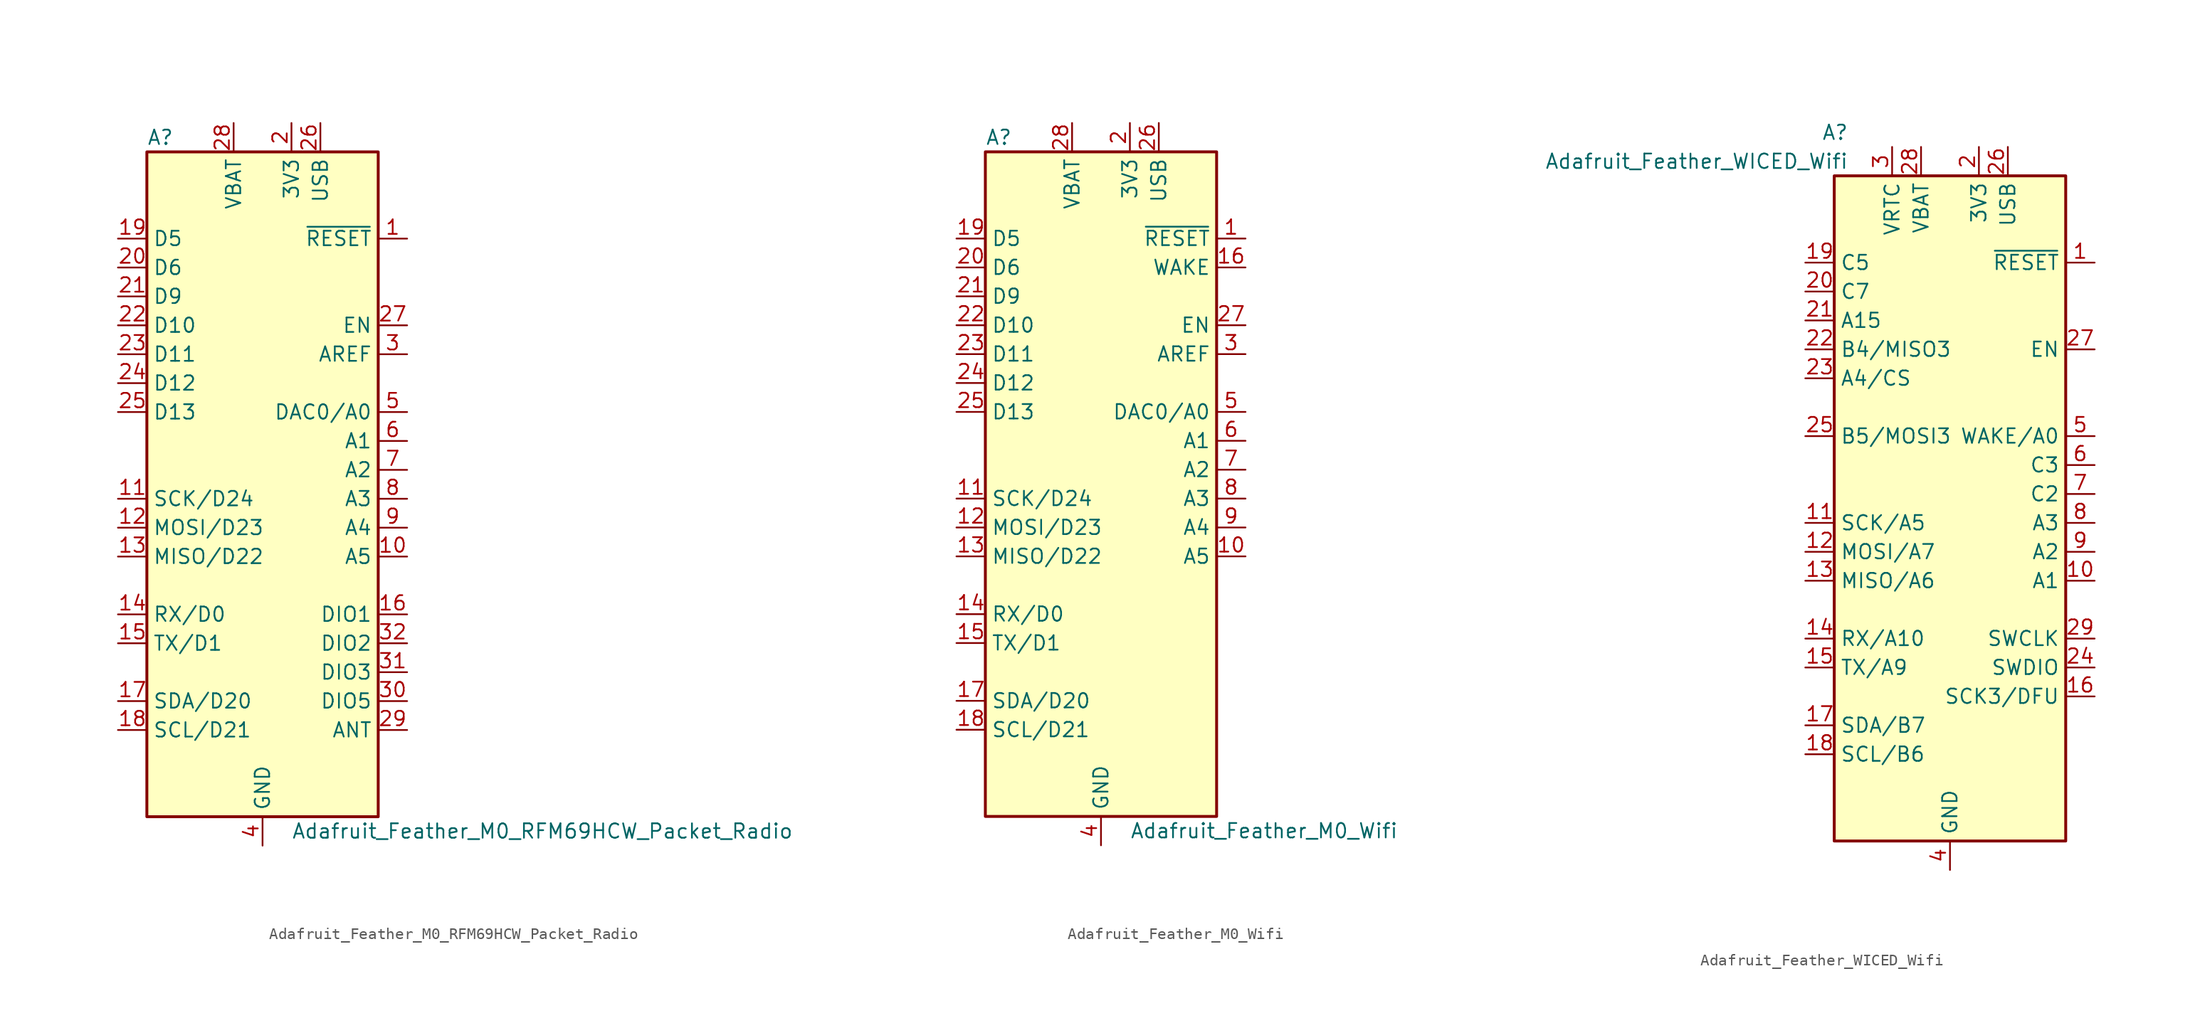
<source format=kicad_sym>
(kicad_symbol_lib
  (version 20201005)
  (generator kicad_symbol_editor)
  (symbol "MCU_Module:Adafruit_Feather_M0_RFM69HCW_Packet_Radio"
    (property "Reference" "A"
      (at -10.16 29.21 0)
      (effects (font (size 1.27 1.27)) (justify left)))
    (property "Value" "Adafruit_Feather_M0_RFM69HCW_Packet_Radio"
      (at 2.54 -31.75 0)
      (effects (font (size 1.27 1.27)) (justify left)))
    (symbol "Adafruit_Feather_M0_RFM69HCW_Packet_Radio_0_1"
      (rectangle (start -10.16 27.94) (end 10.16 -30.48) (stroke (width 0.254)) (fill (type background))))
    (symbol "Adafruit_Feather_M0_RFM69HCW_Packet_Radio_1_1"
      (pin input line (at 12.7 20.32 180) (length 2.54) (name "~RESET" (effects (font (size 1.27 1.27)))) (number "1" (effects (font (size 1.27 1.27)))))
      (pin bidirectional line (at 12.7 -7.62 180) (length 2.54) (name "A5" (effects (font (size 1.27 1.27)))) (number "10" (effects (font (size 1.27 1.27)))))
      (pin bidirectional line (at -12.7 -2.54 0) (length 2.54) (name "SCK/D24" (effects (font (size 1.27 1.27)))) (number "11" (effects (font (size 1.27 1.27)))))
      (pin bidirectional line (at -12.7 -5.08 0) (length 2.54) (name "MOSI/D23" (effects (font (size 1.27 1.27)))) (number "12" (effects (font (size 1.27 1.27)))))
      (pin bidirectional line (at -12.7 -7.62 0) (length 2.54) (name "MISO/D22" (effects (font (size 1.27 1.27)))) (number "13" (effects (font (size 1.27 1.27)))))
      (pin bidirectional line (at -12.7 -12.7 0) (length 2.54) (name "RX/D0" (effects (font (size 1.27 1.27)))) (number "14" (effects (font (size 1.27 1.27)))))
      (pin bidirectional line (at -12.7 -15.24 0) (length 2.54) (name "TX/D1" (effects (font (size 1.27 1.27)))) (number "15" (effects (font (size 1.27 1.27)))))
      (pin bidirectional line (at 12.7 -12.7 180) (length 2.54) (name "DIO1" (effects (font (size 1.27 1.27)))) (number "16" (effects (font (size 1.27 1.27)))))
      (pin bidirectional line (at -12.7 -20.32 0) (length 2.54) (name "SDA/D20" (effects (font (size 1.27 1.27)))) (number "17" (effects (font (size 1.27 1.27)))))
      (pin bidirectional line (at -12.7 -22.86 0) (length 2.54) (name "SCL/D21" (effects (font (size 1.27 1.27)))) (number "18" (effects (font (size 1.27 1.27)))))
      (pin bidirectional line (at -12.7 20.32 0) (length 2.54) (name "D5" (effects (font (size 1.27 1.27)))) (number "19" (effects (font (size 1.27 1.27)))))
      (pin power_in line (at 2.54 30.48 270) (length 2.54) (name "3V3" (effects (font (size 1.27 1.27)))) (number "2" (effects (font (size 1.27 1.27)))))
      (pin bidirectional line (at -12.7 17.78 0) (length 2.54) (name "D6" (effects (font (size 1.27 1.27)))) (number "20" (effects (font (size 1.27 1.27)))))
      (pin bidirectional line (at -12.7 15.24 0) (length 2.54) (name "D9" (effects (font (size 1.27 1.27)))) (number "21" (effects (font (size 1.27 1.27)))))
      (pin bidirectional line (at -12.7 12.7 0) (length 2.54) (name "D10" (effects (font (size 1.27 1.27)))) (number "22" (effects (font (size 1.27 1.27)))))
      (pin bidirectional line (at -12.7 10.16 0) (length 2.54) (name "D11" (effects (font (size 1.27 1.27)))) (number "23" (effects (font (size 1.27 1.27)))))
      (pin bidirectional line (at -12.7 7.62 0) (length 2.54) (name "D12" (effects (font (size 1.27 1.27)))) (number "24" (effects (font (size 1.27 1.27)))))
      (pin bidirectional line (at -12.7 5.08 0) (length 2.54) (name "D13" (effects (font (size 1.27 1.27)))) (number "25" (effects (font (size 1.27 1.27)))))
      (pin power_in line (at 5.08 30.48 270) (length 2.54) (name "USB" (effects (font (size 1.27 1.27)))) (number "26" (effects (font (size 1.27 1.27)))))
      (pin input line (at 12.7 12.7 180) (length 2.54) (name "EN" (effects (font (size 1.27 1.27)))) (number "27" (effects (font (size 1.27 1.27)))))
      (pin power_in line (at -2.54 30.48 270) (length 2.54) (name "VBAT" (effects (font (size 1.27 1.27)))) (number "28" (effects (font (size 1.27 1.27)))))
      (pin bidirectional line (at 12.7 -22.86 180) (length 2.54) (name "ANT" (effects (font (size 1.27 1.27)))) (number "29" (effects (font (size 1.27 1.27)))))
      (pin input line (at 12.7 10.16 180) (length 2.54) (name "AREF" (effects (font (size 1.27 1.27)))) (number "3" (effects (font (size 1.27 1.27)))))
      (pin bidirectional line (at 12.7 -20.32 180) (length 2.54) (name "DIO5" (effects (font (size 1.27 1.27)))) (number "30" (effects (font (size 1.27 1.27)))))
      (pin bidirectional line (at 12.7 -17.78 180) (length 2.54) (name "DIO3" (effects (font (size 1.27 1.27)))) (number "31" (effects (font (size 1.27 1.27)))))
      (pin bidirectional line (at 12.7 -15.24 180) (length 2.54) (name "DIO2" (effects (font (size 1.27 1.27)))) (number "32" (effects (font (size 1.27 1.27)))))
      (pin power_in line (at 0 -33.02 90) (length 2.54) (name "GND" (effects (font (size 1.27 1.27)))) (number "4" (effects (font (size 1.27 1.27)))))
      (pin bidirectional line (at 12.7 5.08 180) (length 2.54) (name "DAC0/A0" (effects (font (size 1.27 1.27)))) (number "5" (effects (font (size 1.27 1.27)))))
      (pin bidirectional line (at 12.7 2.54 180) (length 2.54) (name "A1" (effects (font (size 1.27 1.27)))) (number "6" (effects (font (size 1.27 1.27)))))
      (pin bidirectional line (at 12.7 0 180) (length 2.54) (name "A2" (effects (font (size 1.27 1.27)))) (number "7" (effects (font (size 1.27 1.27)))))
      (pin bidirectional line (at 12.7 -2.54 180) (length 2.54) (name "A3" (effects (font (size 1.27 1.27)))) (number "8" (effects (font (size 1.27 1.27)))))
      (pin bidirectional line (at 12.7 -5.08 180) (length 2.54) (name "A4" (effects (font (size 1.27 1.27)))) (number "9" (effects (font (size 1.27 1.27)))))))
  (symbol "MCU_Module:Adafruit_Feather_M0_Wifi"
    (property "Reference" "A"
      (at -10.16 29.21 0)
      (effects (font (size 1.27 1.27)) (justify left)))
    (property "Value" "Adafruit_Feather_M0_Wifi"
      (at 2.54 -31.75 0)
      (effects (font (size 1.27 1.27)) (justify left)))
    (symbol "Adafruit_Feather_M0_Wifi_0_1"
      (rectangle (start -10.16 27.94) (end 10.16 -30.48) (stroke (width 0.254)) (fill (type background))))
    (symbol "Adafruit_Feather_M0_Wifi_1_1"
      (pin input line (at 12.7 20.32 180) (length 2.54) (name "~RESET" (effects (font (size 1.27 1.27)))) (number "1" (effects (font (size 1.27 1.27)))))
      (pin bidirectional line (at 12.7 -7.62 180) (length 2.54) (name "A5" (effects (font (size 1.27 1.27)))) (number "10" (effects (font (size 1.27 1.27)))))
      (pin bidirectional line (at -12.7 -2.54 0) (length 2.54) (name "SCK/D24" (effects (font (size 1.27 1.27)))) (number "11" (effects (font (size 1.27 1.27)))))
      (pin bidirectional line (at -12.7 -5.08 0) (length 2.54) (name "MOSI/D23" (effects (font (size 1.27 1.27)))) (number "12" (effects (font (size 1.27 1.27)))))
      (pin bidirectional line (at -12.7 -7.62 0) (length 2.54) (name "MISO/D22" (effects (font (size 1.27 1.27)))) (number "13" (effects (font (size 1.27 1.27)))))
      (pin bidirectional line (at -12.7 -12.7 0) (length 2.54) (name "RX/D0" (effects (font (size 1.27 1.27)))) (number "14" (effects (font (size 1.27 1.27)))))
      (pin bidirectional line (at -12.7 -15.24 0) (length 2.54) (name "TX/D1" (effects (font (size 1.27 1.27)))) (number "15" (effects (font (size 1.27 1.27)))))
      (pin input line (at 12.7 17.78 180) (length 2.54) (name "WAKE" (effects (font (size 1.27 1.27)))) (number "16" (effects (font (size 1.27 1.27)))))
      (pin bidirectional line (at -12.7 -20.32 0) (length 2.54) (name "SDA/D20" (effects (font (size 1.27 1.27)))) (number "17" (effects (font (size 1.27 1.27)))))
      (pin bidirectional line (at -12.7 -22.86 0) (length 2.54) (name "SCL/D21" (effects (font (size 1.27 1.27)))) (number "18" (effects (font (size 1.27 1.27)))))
      (pin bidirectional line (at -12.7 20.32 0) (length 2.54) (name "D5" (effects (font (size 1.27 1.27)))) (number "19" (effects (font (size 1.27 1.27)))))
      (pin power_in line (at 2.54 30.48 270) (length 2.54) (name "3V3" (effects (font (size 1.27 1.27)))) (number "2" (effects (font (size 1.27 1.27)))))
      (pin bidirectional line (at -12.7 17.78 0) (length 2.54) (name "D6" (effects (font (size 1.27 1.27)))) (number "20" (effects (font (size 1.27 1.27)))))
      (pin bidirectional line (at -12.7 15.24 0) (length 2.54) (name "D9" (effects (font (size 1.27 1.27)))) (number "21" (effects (font (size 1.27 1.27)))))
      (pin bidirectional line (at -12.7 12.7 0) (length 2.54) (name "D10" (effects (font (size 1.27 1.27)))) (number "22" (effects (font (size 1.27 1.27)))))
      (pin bidirectional line (at -12.7 10.16 0) (length 2.54) (name "D11" (effects (font (size 1.27 1.27)))) (number "23" (effects (font (size 1.27 1.27)))))
      (pin bidirectional line (at -12.7 7.62 0) (length 2.54) (name "D12" (effects (font (size 1.27 1.27)))) (number "24" (effects (font (size 1.27 1.27)))))
      (pin bidirectional line (at -12.7 5.08 0) (length 2.54) (name "D13" (effects (font (size 1.27 1.27)))) (number "25" (effects (font (size 1.27 1.27)))))
      (pin power_in line (at 5.08 30.48 270) (length 2.54) (name "USB" (effects (font (size 1.27 1.27)))) (number "26" (effects (font (size 1.27 1.27)))))
      (pin input line (at 12.7 12.7 180) (length 2.54) (name "EN" (effects (font (size 1.27 1.27)))) (number "27" (effects (font (size 1.27 1.27)))))
      (pin power_in line (at -2.54 30.48 270) (length 2.54) (name "VBAT" (effects (font (size 1.27 1.27)))) (number "28" (effects (font (size 1.27 1.27)))))
      (pin input line (at 12.7 10.16 180) (length 2.54) (name "AREF" (effects (font (size 1.27 1.27)))) (number "3" (effects (font (size 1.27 1.27)))))
      (pin power_in line (at 0 -33.02 90) (length 2.54) (name "GND" (effects (font (size 1.27 1.27)))) (number "4" (effects (font (size 1.27 1.27)))))
      (pin bidirectional line (at 12.7 5.08 180) (length 2.54) (name "DAC0/A0" (effects (font (size 1.27 1.27)))) (number "5" (effects (font (size 1.27 1.27)))))
      (pin bidirectional line (at 12.7 2.54 180) (length 2.54) (name "A1" (effects (font (size 1.27 1.27)))) (number "6" (effects (font (size 1.27 1.27)))))
      (pin bidirectional line (at 12.7 0 180) (length 2.54) (name "A2" (effects (font (size 1.27 1.27)))) (number "7" (effects (font (size 1.27 1.27)))))
      (pin bidirectional line (at 12.7 -2.54 180) (length 2.54) (name "A3" (effects (font (size 1.27 1.27)))) (number "8" (effects (font (size 1.27 1.27)))))
      (pin bidirectional line (at 12.7 -5.08 180) (length 2.54) (name "A4" (effects (font (size 1.27 1.27)))) (number "9" (effects (font (size 1.27 1.27)))))))
  (symbol "MCU_Module:Adafruit_Feather_WICED_Wifi"
    (property "Reference" "A"
      (at -8.89 31.75 0)
      (effects (font (size 1.27 1.27)) (justify right)))
    (property "Value" "Adafruit_Feather_WICED_Wifi"
      (at -8.89 29.21 0)
      (effects (font (size 1.27 1.27)) (justify right)))
    (symbol "Adafruit_Feather_WICED_Wifi_0_1"
      (rectangle (start -10.16 27.94) (end 10.16 -30.48) (stroke (width 0.254)) (fill (type background))))
    (symbol "Adafruit_Feather_WICED_Wifi_1_1"
      (pin input line (at 12.7 20.32 180) (length 2.54) (name "~RESET" (effects (font (size 1.27 1.27)))) (number "1" (effects (font (size 1.27 1.27)))))
      (pin bidirectional line (at 12.7 -7.62 180) (length 2.54) (name "A1" (effects (font (size 1.27 1.27)))) (number "10" (effects (font (size 1.27 1.27)))))
      (pin bidirectional line (at -12.7 -2.54 0) (length 2.54) (name "SCK/A5" (effects (font (size 1.27 1.27)))) (number "11" (effects (font (size 1.27 1.27)))))
      (pin bidirectional line (at -12.7 -5.08 0) (length 2.54) (name "MOSI/A7" (effects (font (size 1.27 1.27)))) (number "12" (effects (font (size 1.27 1.27)))))
      (pin bidirectional line (at -12.7 -7.62 0) (length 2.54) (name "MISO/A6" (effects (font (size 1.27 1.27)))) (number "13" (effects (font (size 1.27 1.27)))))
      (pin bidirectional line (at -12.7 -12.7 0) (length 2.54) (name "RX/A10" (effects (font (size 1.27 1.27)))) (number "14" (effects (font (size 1.27 1.27)))))
      (pin bidirectional line (at -12.7 -15.24 0) (length 2.54) (name "TX/A9" (effects (font (size 1.27 1.27)))) (number "15" (effects (font (size 1.27 1.27)))))
      (pin bidirectional line (at 12.7 -17.78 180) (length 2.54) (name "SCK3/DFU" (effects (font (size 1.27 1.27)))) (number "16" (effects (font (size 1.27 1.27)))))
      (pin bidirectional line (at -12.7 -20.32 0) (length 2.54) (name "SDA/B7" (effects (font (size 1.27 1.27)))) (number "17" (effects (font (size 1.27 1.27)))))
      (pin bidirectional line (at -12.7 -22.86 0) (length 2.54) (name "SCL/B6" (effects (font (size 1.27 1.27)))) (number "18" (effects (font (size 1.27 1.27)))))
      (pin bidirectional line (at -12.7 20.32 0) (length 2.54) (name "C5" (effects (font (size 1.27 1.27)))) (number "19" (effects (font (size 1.27 1.27)))))
      (pin power_in line (at 2.54 30.48 270) (length 2.54) (name "3V3" (effects (font (size 1.27 1.27)))) (number "2" (effects (font (size 1.27 1.27)))))
      (pin bidirectional line (at -12.7 17.78 0) (length 2.54) (name "C7" (effects (font (size 1.27 1.27)))) (number "20" (effects (font (size 1.27 1.27)))))
      (pin bidirectional line (at -12.7 15.24 0) (length 2.54) (name "A15" (effects (font (size 1.27 1.27)))) (number "21" (effects (font (size 1.27 1.27)))))
      (pin bidirectional line (at -12.7 12.7 0) (length 2.54) (name "B4/MISO3" (effects (font (size 1.27 1.27)))) (number "22" (effects (font (size 1.27 1.27)))))
      (pin bidirectional line (at -12.7 10.16 0) (length 2.54) (name "A4/CS" (effects (font (size 1.27 1.27)))) (number "23" (effects (font (size 1.27 1.27)))))
      (pin bidirectional line (at 12.7 -15.24 180) (length 2.54) (name "SWDIO" (effects (font (size 1.27 1.27)))) (number "24" (effects (font (size 1.27 1.27)))))
      (pin bidirectional line (at -12.7 5.08 0) (length 2.54) (name "B5/MOSI3" (effects (font (size 1.27 1.27)))) (number "25" (effects (font (size 1.27 1.27)))))
      (pin power_in line (at 5.08 30.48 270) (length 2.54) (name "USB" (effects (font (size 1.27 1.27)))) (number "26" (effects (font (size 1.27 1.27)))))
      (pin input line (at 12.7 12.7 180) (length 2.54) (name "EN" (effects (font (size 1.27 1.27)))) (number "27" (effects (font (size 1.27 1.27)))))
      (pin power_in line (at -2.54 30.48 270) (length 2.54) (name "VBAT" (effects (font (size 1.27 1.27)))) (number "28" (effects (font (size 1.27 1.27)))))
      (pin bidirectional line (at 12.7 -12.7 180) (length 2.54) (name "SWCLK" (effects (font (size 1.27 1.27)))) (number "29" (effects (font (size 1.27 1.27)))))
      (pin power_in line (at -5.08 30.48 270) (length 2.54) (name "VRTC" (effects (font (size 1.27 1.27)))) (number "3" (effects (font (size 1.27 1.27)))))
      (pin power_in line (at 0 -33.02 90) (length 2.54) (name "GND" (effects (font (size 1.27 1.27)))) (number "4" (effects (font (size 1.27 1.27)))))
      (pin bidirectional line (at 12.7 5.08 180) (length 2.54) (name "WAKE/A0" (effects (font (size 1.27 1.27)))) (number "5" (effects (font (size 1.27 1.27)))))
      (pin bidirectional line (at 12.7 2.54 180) (length 2.54) (name "C3" (effects (font (size 1.27 1.27)))) (number "6" (effects (font (size 1.27 1.27)))))
      (pin bidirectional line (at 12.7 0 180) (length 2.54) (name "C2" (effects (font (size 1.27 1.27)))) (number "7" (effects (font (size 1.27 1.27)))))
      (pin bidirectional line (at 12.7 -2.54 180) (length 2.54) (name "A3" (effects (font (size 1.27 1.27)))) (number "8" (effects (font (size 1.27 1.27)))))
      (pin bidirectional line (at 12.7 -5.08 180) (length 2.54) (name "A2" (effects (font (size 1.27 1.27)))) (number "9" (effects (font (size 1.27 1.27))))))))
</source>
